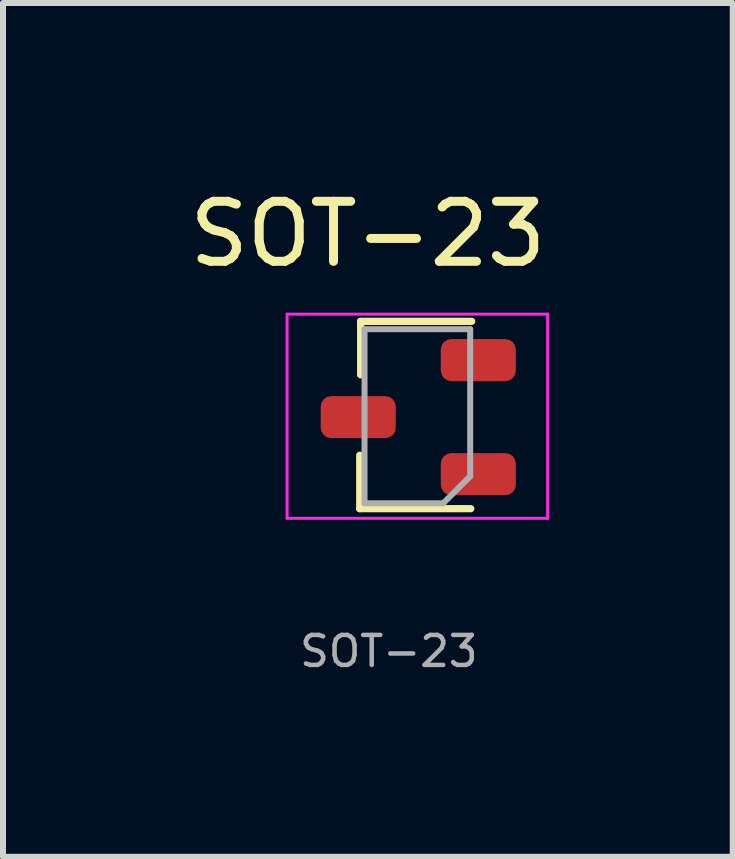
<source format=kicad_pcb>
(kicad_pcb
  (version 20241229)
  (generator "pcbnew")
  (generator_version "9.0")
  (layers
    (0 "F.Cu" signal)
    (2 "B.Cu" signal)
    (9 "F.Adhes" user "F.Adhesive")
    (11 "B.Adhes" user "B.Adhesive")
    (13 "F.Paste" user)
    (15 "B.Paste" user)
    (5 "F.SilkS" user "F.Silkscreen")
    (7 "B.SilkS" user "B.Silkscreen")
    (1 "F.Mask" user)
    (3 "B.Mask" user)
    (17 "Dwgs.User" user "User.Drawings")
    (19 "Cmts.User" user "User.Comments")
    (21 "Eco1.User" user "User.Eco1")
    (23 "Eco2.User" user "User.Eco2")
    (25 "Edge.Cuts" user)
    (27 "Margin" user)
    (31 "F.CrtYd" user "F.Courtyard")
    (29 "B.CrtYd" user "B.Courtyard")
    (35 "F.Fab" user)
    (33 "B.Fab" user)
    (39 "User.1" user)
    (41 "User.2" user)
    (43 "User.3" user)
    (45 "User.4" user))
  (footprint "SOT-23"
    (layer "F.Cu")
    (at 3.477 3.898)
    (property "Reference" "SOT-23" (at -0.4 -3.05 0) (layer "F.SilkS") (effects (font (size 1 1) (thickness 0.15))))
    (attr smd)
    (fp_line (start -0.535 1.525) (end -0.535 0.635) (stroke (width 0.12) (type solid)) (layer "F.SilkS"))
    (fp_line (start -0.535 1.525) (end 1.315 1.525) (stroke (width 0.12) (type solid)) (layer "F.SilkS"))
    (fp_line (start -0.52 -1.595) (end 1.33 -1.595) (stroke (width 0.12) (type solid)) (layer "F.SilkS"))
    (fp_line (start -0.52 -0.705) (end -0.52 -1.595) (stroke (width 0.12) (type solid)) (layer "F.SilkS"))
    (fp_line (start -1.745 -1.715) (end -1.745 1.685) (stroke (width 0.05) (type solid)) (layer "F.CrtYd"))
    (fp_line (start -1.745 -1.715) (end 2.595 -1.715) (stroke (width 0.05) (type solid)) (layer "F.CrtYd"))
    (fp_line (start 2.595 1.685) (end -1.745 1.685) (stroke (width 0.05) (type solid)) (layer "F.CrtYd"))
    (fp_line (start 2.595 1.685) (end 2.595 -1.715) (stroke (width 0.05) (type solid)) (layer "F.CrtYd"))
    (fp_line (start -0.455 -1.465) (end 1.305 -1.465) (stroke (width 0.1) (type solid)) (layer "F.Fab"))
    (fp_line (start -0.455 1.435) (end -0.455 -1.465) (stroke (width 0.1) (type solid)) (layer "F.Fab"))
    (fp_line (start -0.455 1.435) (end 0.855 1.435) (stroke (width 0.1) (type solid)) (layer "F.Fab"))
    (fp_line (start 1.305 0.985) (end 0.855 1.435) (stroke (width 0.1) (type solid)) (layer "F.Fab"))
    (fp_line (start 1.305 0.985) (end 1.305 -1.465) (stroke (width 0.1) (type solid)) (layer "F.Fab"))
    (fp_text user "${REFERENCE}" (at -0.05 3.9 180) (layer "F.Fab") (effects (font (size 0.5 0.5) (thickness 0.075))))
    (pad "1" smd roundrect (at 1.44 0.95 180) (size 1.25 0.7) (layers "F.Cu" "F.Mask" "F.Paste") (roundrect_rratio 0.25))
    (pad "2" smd roundrect (at 1.44 -0.95 180) (size 1.25 0.7) (layers "F.Cu" "F.Mask" "F.Paste") (roundrect_rratio 0.25))
    (pad "3" smd roundrect (at -0.56 0 180) (size 1.25 0.7) (layers "F.Cu" "F.Mask" "F.Paste") (roundrect_rratio 0.25)))
  (gr_rect
    (start -3 -3)
    (end 9.155 11.222)
    (stroke (width 0.1) (type default))
    (fill no)
    (layer "Edge.Cuts")))
</source>
